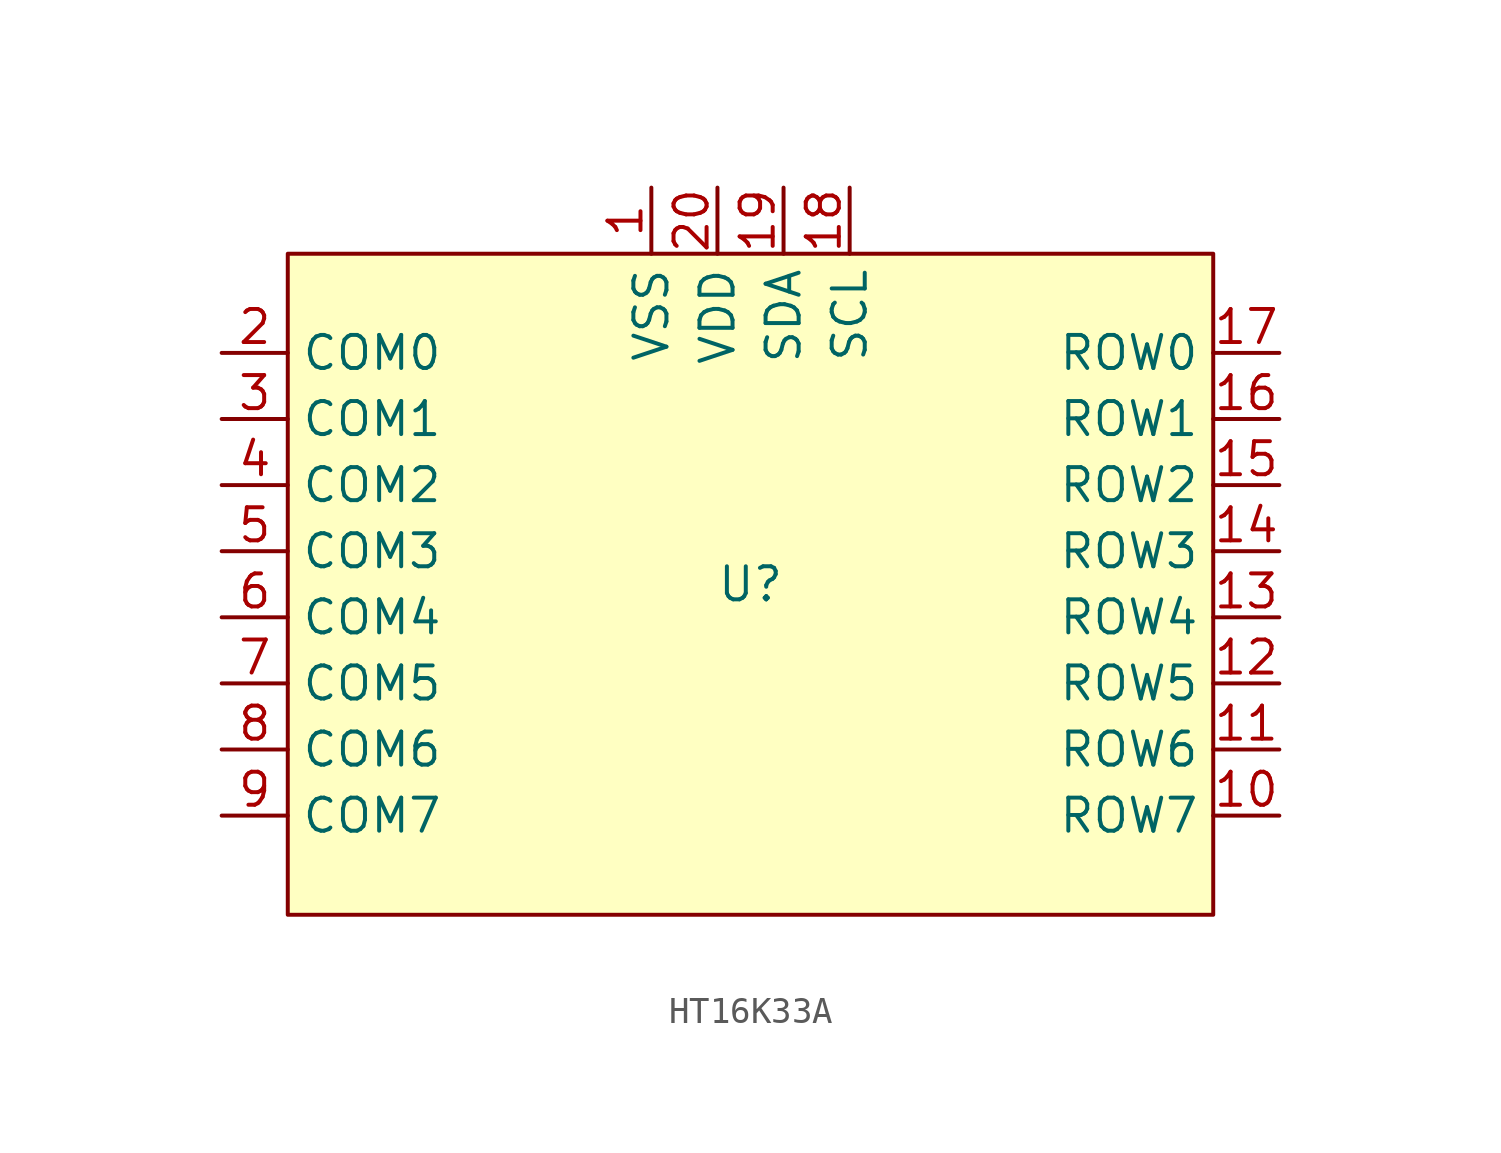
<source format=kicad_sym>
(kicad_symbol_lib
  (version 20241209)
  (generator "kicad_symbol_editor")
  (generator_version "9.0")
  (symbol "HT16K33A"
    (property "Reference" "U"
      (at 0 0 0)
      (effects (font (size 1.27 1.27))))
    (property "Value" ""
      (at 0 0 0)
      (effects (font (size 1.27 1.27))))
    (symbol "HT16K33A_1_1"
      (rectangle (start -17.78 12.7) (end 17.78 -12.7) (stroke (width 0) (type solid)) (fill (type background)))
      (pin output line (at -20.32 8.89 0) (length 2.54) (name "COM0" (effects (font (size 1.27 1.27)))) (number "2" (effects (font (size 1.27 1.27)))))
      (pin output line (at -20.32 6.35 0) (length 2.54) (name "COM1" (effects (font (size 1.27 1.27)))) (number "3" (effects (font (size 1.27 1.27)))))
      (pin output line (at -20.32 3.81 0) (length 2.54) (name "COM2" (effects (font (size 1.27 1.27)))) (number "4" (effects (font (size 1.27 1.27)))))
      (pin output line (at -20.32 1.27 0) (length 2.54) (name "COM3" (effects (font (size 1.27 1.27)))) (number "5" (effects (font (size 1.27 1.27)))))
      (pin output line (at -20.32 -1.27 0) (length 2.54) (name "COM4" (effects (font (size 1.27 1.27)))) (number "6" (effects (font (size 1.27 1.27)))))
      (pin output line (at -20.32 -3.81 0) (length 2.54) (name "COM5" (effects (font (size 1.27 1.27)))) (number "7" (effects (font (size 1.27 1.27)))))
      (pin output line (at -20.32 -6.35 0) (length 2.54) (name "COM6" (effects (font (size 1.27 1.27)))) (number "8" (effects (font (size 1.27 1.27)))))
      (pin output line (at -20.32 -8.89 0) (length 2.54) (name "COM7" (effects (font (size 1.27 1.27)))) (number "9" (effects (font (size 1.27 1.27)))))
      (pin power_in line (at -3.81 15.24 270) (length 2.54) (name "VSS" (effects (font (size 1.27 1.27)))) (number "1" (effects (font (size 1.27 1.27)))))
      (pin power_in line (at -1.27 15.24 270) (length 2.54) (name "VDD" (effects (font (size 1.27 1.27)))) (number "20" (effects (font (size 1.27 1.27)))))
      (pin bidirectional line (at 1.27 15.24 270) (length 2.54) (name "SDA" (effects (font (size 1.27 1.27)))) (number "19" (effects (font (size 1.27 1.27)))))
      (pin input line (at 3.81 15.24 270) (length 2.54) (name "SCL" (effects (font (size 1.27 1.27)))) (number "18" (effects (font (size 1.27 1.27)))))
      (pin bidirectional line (at 20.32 8.89 180) (length 2.54) (name "ROW0" (effects (font (size 1.27 1.27)))) (number "17" (effects (font (size 1.27 1.27)))))
      (pin bidirectional line (at 20.32 6.35 180) (length 2.54) (name "ROW1" (effects (font (size 1.27 1.27)))) (number "16" (effects (font (size 1.27 1.27)))))
      (pin bidirectional line (at 20.32 3.81 180) (length 2.54) (name "ROW2" (effects (font (size 1.27 1.27)))) (number "15" (effects (font (size 1.27 1.27)))))
      (pin bidirectional line (at 20.32 1.27 180) (length 2.54) (name "ROW3" (effects (font (size 1.27 1.27)))) (number "14" (effects (font (size 1.27 1.27)))))
      (pin bidirectional line (at 20.32 -1.27 180) (length 2.54) (name "ROW4" (effects (font (size 1.27 1.27)))) (number "13" (effects (font (size 1.27 1.27)))))
      (pin bidirectional line (at 20.32 -3.81 180) (length 2.54) (name "ROW5" (effects (font (size 1.27 1.27)))) (number "12" (effects (font (size 1.27 1.27)))))
      (pin bidirectional line (at 20.32 -6.35 180) (length 2.54) (name "ROW6" (effects (font (size 1.27 1.27)))) (number "11" (effects (font (size 1.27 1.27)))))
      (pin bidirectional line (at 20.32 -8.89 180) (length 2.54) (name "ROW7" (effects (font (size 1.27 1.27)))) (number "10" (effects (font (size 1.27 1.27))))))))
</source>
